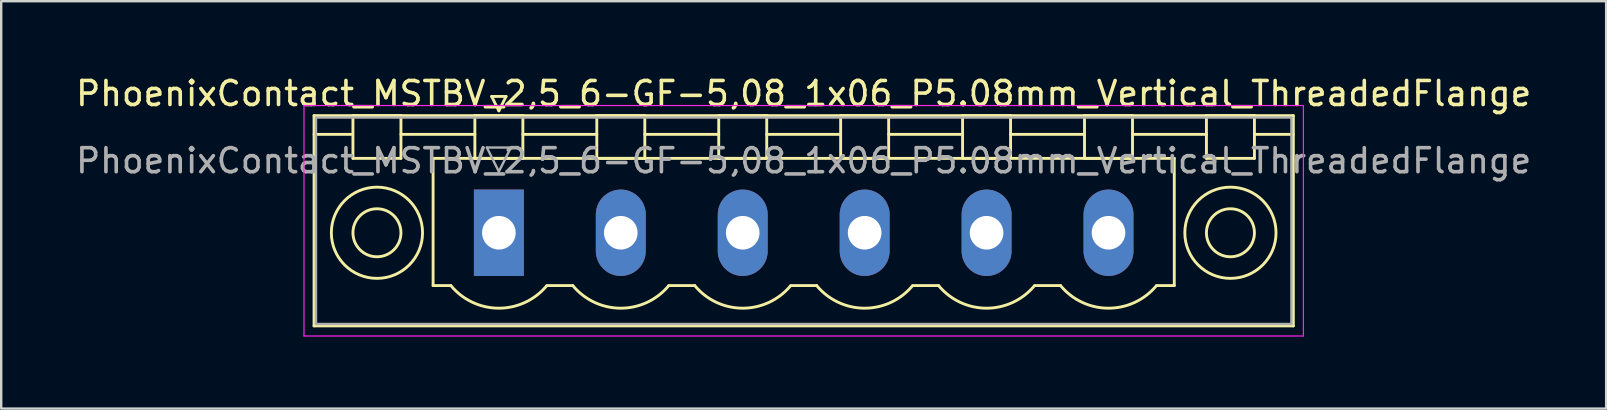
<source format=kicad_pcb>
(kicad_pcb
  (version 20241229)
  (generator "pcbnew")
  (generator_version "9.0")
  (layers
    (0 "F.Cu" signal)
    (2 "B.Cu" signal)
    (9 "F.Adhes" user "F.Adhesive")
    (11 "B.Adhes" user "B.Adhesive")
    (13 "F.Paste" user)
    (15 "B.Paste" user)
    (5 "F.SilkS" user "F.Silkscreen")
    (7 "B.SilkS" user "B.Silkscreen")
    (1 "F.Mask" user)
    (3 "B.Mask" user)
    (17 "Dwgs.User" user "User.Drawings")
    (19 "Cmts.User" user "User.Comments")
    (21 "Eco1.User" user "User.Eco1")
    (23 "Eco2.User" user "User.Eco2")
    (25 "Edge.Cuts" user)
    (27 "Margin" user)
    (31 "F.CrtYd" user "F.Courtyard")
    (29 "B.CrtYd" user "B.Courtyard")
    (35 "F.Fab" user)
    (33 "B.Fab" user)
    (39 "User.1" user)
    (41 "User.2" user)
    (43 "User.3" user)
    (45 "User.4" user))
  (footprint "PhoenixContact_MSTBV_2,5_6-GF-5,08_1x06_P5.08mm_Vertical_ThreadedFlange"
    (layer "F.Cu")
    (at 17.735 6.648)
    (property "Reference" "PhoenixContact_MSTBV_2,5_6-GF-5,08_1x06_P5.08mm_Vertical_ThreadedFlange" (at 12.7 -5.8 0) (layer "F.SilkS") (effects (font (size 1 1) (thickness 0.15))))
    (attr through_hole)
    (fp_line (start -7.7 -4.88) (end -7.7 3.88) (stroke (width 0.12) (type solid)) (layer "F.SilkS"))
    (fp_line (start -7.7 -4.1) (end -6.16 -4.1) (stroke (width 0.12) (type solid)) (layer "F.SilkS"))
    (fp_line (start -7.7 3.88) (end 33.1 3.88) (stroke (width 0.12) (type solid)) (layer "F.SilkS"))
    (fp_line (start -6.08 -4.88) (end -4.08 -4.88) (stroke (width 0.12) (type solid)) (layer "F.SilkS"))
    (fp_line (start -6.08 -3.1) (end -6.08 -4.88) (stroke (width 0.12) (type solid)) (layer "F.SilkS"))
    (fp_line (start -4.08 -4.88) (end -4.08 -3.1) (stroke (width 0.12) (type solid)) (layer "F.SilkS"))
    (fp_line (start -4.08 -4.1) (end -1 -4.1) (stroke (width 0.12) (type solid)) (layer "F.SilkS"))
    (fp_line (start -4.08 -3.1) (end -6.08 -3.1) (stroke (width 0.12) (type solid)) (layer "F.SilkS"))
    (fp_line (start -2.74 -3.1) (end 28.14 -3.1) (stroke (width 0.12) (type solid)) (layer "F.SilkS"))
    (fp_line (start -2.74 2.2) (end -2.74 -3.1) (stroke (width 0.12) (type solid)) (layer "F.SilkS"))
    (fp_line (start -2 2.2) (end -2.74 2.2) (stroke (width 0.12) (type solid)) (layer "F.SilkS"))
    (fp_line (start -1 -4.88) (end 1 -4.88) (stroke (width 0.12) (type solid)) (layer "F.SilkS"))
    (fp_line (start -1 -3.1) (end -1 -4.88) (stroke (width 0.12) (type solid)) (layer "F.SilkS"))
    (fp_line (start -0.3 -5.68) (end 0.3 -5.68) (stroke (width 0.12) (type solid)) (layer "F.SilkS"))
    (fp_line (start 0 -5.08) (end -0.3 -5.68) (stroke (width 0.12) (type solid)) (layer "F.SilkS"))
    (fp_line (start 0.3 -5.68) (end 0 -5.08) (stroke (width 0.12) (type solid)) (layer "F.SilkS"))
    (fp_line (start 1 -4.88) (end 1 -3.1) (stroke (width 0.12) (type solid)) (layer "F.SilkS"))
    (fp_line (start 1 -4.1) (end 4.08 -4.1) (stroke (width 0.12) (type solid)) (layer "F.SilkS"))
    (fp_line (start 1 -3.1) (end -1 -3.1) (stroke (width 0.12) (type solid)) (layer "F.SilkS"))
    (fp_line (start 2 2.2) (end 3.08 2.2) (stroke (width 0.12) (type solid)) (layer "F.SilkS"))
    (fp_line (start 4.08 -4.88) (end 6.08 -4.88) (stroke (width 0.12) (type solid)) (layer "F.SilkS"))
    (fp_line (start 4.08 -3.1) (end 4.08 -4.88) (stroke (width 0.12) (type solid)) (layer "F.SilkS"))
    (fp_line (start 6.08 -4.88) (end 6.08 -3.1) (stroke (width 0.12) (type solid)) (layer "F.SilkS"))
    (fp_line (start 6.08 -4.1) (end 9.16 -4.1) (stroke (width 0.12) (type solid)) (layer "F.SilkS"))
    (fp_line (start 6.08 -3.1) (end 4.08 -3.1) (stroke (width 0.12) (type solid)) (layer "F.SilkS"))
    (fp_line (start 7.08 2.2) (end 8.16 2.2) (stroke (width 0.12) (type solid)) (layer "F.SilkS"))
    (fp_line (start 9.16 -4.88) (end 11.16 -4.88) (stroke (width 0.12) (type solid)) (layer "F.SilkS"))
    (fp_line (start 9.16 -3.1) (end 9.16 -4.88) (stroke (width 0.12) (type solid)) (layer "F.SilkS"))
    (fp_line (start 11.16 -4.88) (end 11.16 -3.1) (stroke (width 0.12) (type solid)) (layer "F.SilkS"))
    (fp_line (start 11.16 -4.1) (end 14.24 -4.1) (stroke (width 0.12) (type solid)) (layer "F.SilkS"))
    (fp_line (start 11.16 -3.1) (end 9.16 -3.1) (stroke (width 0.12) (type solid)) (layer "F.SilkS"))
    (fp_line (start 12.16 2.2) (end 13.24 2.2) (stroke (width 0.12) (type solid)) (layer "F.SilkS"))
    (fp_line (start 14.24 -4.88) (end 16.24 -4.88) (stroke (width 0.12) (type solid)) (layer "F.SilkS"))
    (fp_line (start 14.24 -3.1) (end 14.24 -4.88) (stroke (width 0.12) (type solid)) (layer "F.SilkS"))
    (fp_line (start 16.24 -4.88) (end 16.24 -3.1) (stroke (width 0.12) (type solid)) (layer "F.SilkS"))
    (fp_line (start 16.24 -4.1) (end 19.32 -4.1) (stroke (width 0.12) (type solid)) (layer "F.SilkS"))
    (fp_line (start 16.24 -3.1) (end 14.24 -3.1) (stroke (width 0.12) (type solid)) (layer "F.SilkS"))
    (fp_line (start 17.24 2.2) (end 18.32 2.2) (stroke (width 0.12) (type solid)) (layer "F.SilkS"))
    (fp_line (start 19.32 -4.88) (end 21.32 -4.88) (stroke (width 0.12) (type solid)) (layer "F.SilkS"))
    (fp_line (start 19.32 -3.1) (end 19.32 -4.88) (stroke (width 0.12) (type solid)) (layer "F.SilkS"))
    (fp_line (start 21.32 -4.88) (end 21.32 -3.1) (stroke (width 0.12) (type solid)) (layer "F.SilkS"))
    (fp_line (start 21.32 -4.1) (end 24.4 -4.1) (stroke (width 0.12) (type solid)) (layer "F.SilkS"))
    (fp_line (start 21.32 -3.1) (end 19.32 -3.1) (stroke (width 0.12) (type solid)) (layer "F.SilkS"))
    (fp_line (start 22.32 2.2) (end 23.4 2.2) (stroke (width 0.12) (type solid)) (layer "F.SilkS"))
    (fp_line (start 24.4 -4.88) (end 26.4 -4.88) (stroke (width 0.12) (type solid)) (layer "F.SilkS"))
    (fp_line (start 24.4 -3.1) (end 24.4 -4.88) (stroke (width 0.12) (type solid)) (layer "F.SilkS"))
    (fp_line (start 26.4 -4.88) (end 26.4 -3.1) (stroke (width 0.12) (type solid)) (layer "F.SilkS"))
    (fp_line (start 26.4 -4.1) (end 29.48 -4.1) (stroke (width 0.12) (type solid)) (layer "F.SilkS"))
    (fp_line (start 26.4 -3.1) (end 24.4 -3.1) (stroke (width 0.12) (type solid)) (layer "F.SilkS"))
    (fp_line (start 28.14 -3.1) (end 28.14 2.2) (stroke (width 0.12) (type solid)) (layer "F.SilkS"))
    (fp_line (start 28.14 2.2) (end 27.4 2.2) (stroke (width 0.12) (type solid)) (layer "F.SilkS"))
    (fp_line (start 29.48 -4.88) (end 31.48 -4.88) (stroke (width 0.12) (type solid)) (layer "F.SilkS"))
    (fp_line (start 29.48 -3.1) (end 29.48 -4.88) (stroke (width 0.12) (type solid)) (layer "F.SilkS"))
    (fp_line (start 31.48 -4.88) (end 31.48 -3.1) (stroke (width 0.12) (type solid)) (layer "F.SilkS"))
    (fp_line (start 31.48 -3.1) (end 29.48 -3.1) (stroke (width 0.12) (type solid)) (layer "F.SilkS"))
    (fp_line (start 33.1 -4.88) (end -7.7 -4.88) (stroke (width 0.12) (type solid)) (layer "F.SilkS"))
    (fp_line (start 33.1 -4.1) (end 31.56 -4.1) (stroke (width 0.12) (type solid)) (layer "F.SilkS"))
    (fp_line (start 33.1 3.88) (end 33.1 -4.88) (stroke (width 0.12) (type solid)) (layer "F.SilkS"))
    (fp_arc (start 1.986842 2.215821) (mid -0.010289 3.142758) (end -2 2.2) (stroke (width 0.12) (type solid)) (layer "F.SilkS"))
    (fp_arc (start 7.066842 2.215821) (mid 5.069711 3.142758) (end 3.08 2.2) (stroke (width 0.12) (type solid)) (layer "F.SilkS"))
    (fp_arc (start 12.146842 2.215821) (mid 10.149711 3.142758) (end 8.16 2.2) (stroke (width 0.12) (type solid)) (layer "F.SilkS"))
    (fp_arc (start 17.226842 2.215821) (mid 15.229711 3.142758) (end 13.24 2.2) (stroke (width 0.12) (type solid)) (layer "F.SilkS"))
    (fp_arc (start 22.306842 2.215821) (mid 20.309711 3.142758) (end 18.32 2.2) (stroke (width 0.12) (type solid)) (layer "F.SilkS"))
    (fp_arc (start 27.386842 2.215821) (mid 25.389711 3.142758) (end 23.4 2.2) (stroke (width 0.12) (type solid)) (layer "F.SilkS"))
    (fp_circle (center -5.08 0) (end -4.08 0) (stroke (width 0.12) (type solid)) (fill no) (layer "F.SilkS"))
    (fp_circle (center -5.08 0) (end -3.18 0) (stroke (width 0.12) (type solid)) (fill no) (layer "F.SilkS"))
    (fp_circle (center 30.48 0) (end 31.48 0) (stroke (width 0.12) (type solid)) (fill no) (layer "F.SilkS"))
    (fp_circle (center 30.48 0) (end 32.38 0) (stroke (width 0.12) (type solid)) (fill no) (layer "F.SilkS"))
    (fp_line (start -8.12 -5.3) (end -8.12 4.3) (stroke (width 0.05) (type solid)) (layer "F.CrtYd"))
    (fp_line (start -8.12 4.3) (end 33.52 4.3) (stroke (width 0.05) (type solid)) (layer "F.CrtYd"))
    (fp_line (start 33.52 -5.3) (end -8.12 -5.3) (stroke (width 0.05) (type solid)) (layer "F.CrtYd"))
    (fp_line (start 33.52 4.3) (end 33.52 -5.3) (stroke (width 0.05) (type solid)) (layer "F.CrtYd"))
    (fp_line (start -7.62 -4.8) (end -7.62 3.8) (stroke (width 0.1) (type solid)) (layer "F.Fab"))
    (fp_line (start -7.62 3.8) (end 33.02 3.8) (stroke (width 0.1) (type solid)) (layer "F.Fab"))
    (fp_line (start -0.5 -3.55) (end 0.5 -3.55) (stroke (width 0.1) (type solid)) (layer "F.Fab"))
    (fp_line (start 0 -2.55) (end -0.5 -3.55) (stroke (width 0.1) (type solid)) (layer "F.Fab"))
    (fp_line (start 0.5 -3.55) (end 0 -2.55) (stroke (width 0.1) (type solid)) (layer "F.Fab"))
    (fp_line (start 33.02 -4.8) (end -7.62 -4.8) (stroke (width 0.1) (type solid)) (layer "F.Fab"))
    (fp_line (start 33.02 3.8) (end 33.02 -4.8) (stroke (width 0.1) (type solid)) (layer "F.Fab"))
    (fp_text user "${REFERENCE}" (at 12.7 -3 0) (layer "F.Fab") (effects (font (size 1 1) (thickness 0.15))))
    (pad "1" thru_hole rect (at 0 0) (size 2.08 3.6) (drill 1.4) (layers "*.Cu" "*.Mask"))
    (pad "2" thru_hole oval (at 5.08 0) (size 2.08 3.6) (drill 1.4) (layers "*.Cu" "*.Mask"))
    (pad "3" thru_hole oval (at 10.16 0) (size 2.08 3.6) (drill 1.4) (layers "*.Cu" "*.Mask"))
    (pad "4" thru_hole oval (at 15.24 0) (size 2.08 3.6) (drill 1.4) (layers "*.Cu" "*.Mask"))
    (pad "5" thru_hole oval (at 20.32 0) (size 2.08 3.6) (drill 1.4) (layers "*.Cu" "*.Mask"))
    (pad "6" thru_hole oval (at 25.4 0) (size 2.08 3.6) (drill 1.4) (layers "*.Cu" "*.Mask")))
  (gr_rect
    (start -3 -3)
    (end 63.869 13.973)
    (stroke (width 0.1) (type default))
    (fill no)
    (layer "Edge.Cuts")))
</source>
